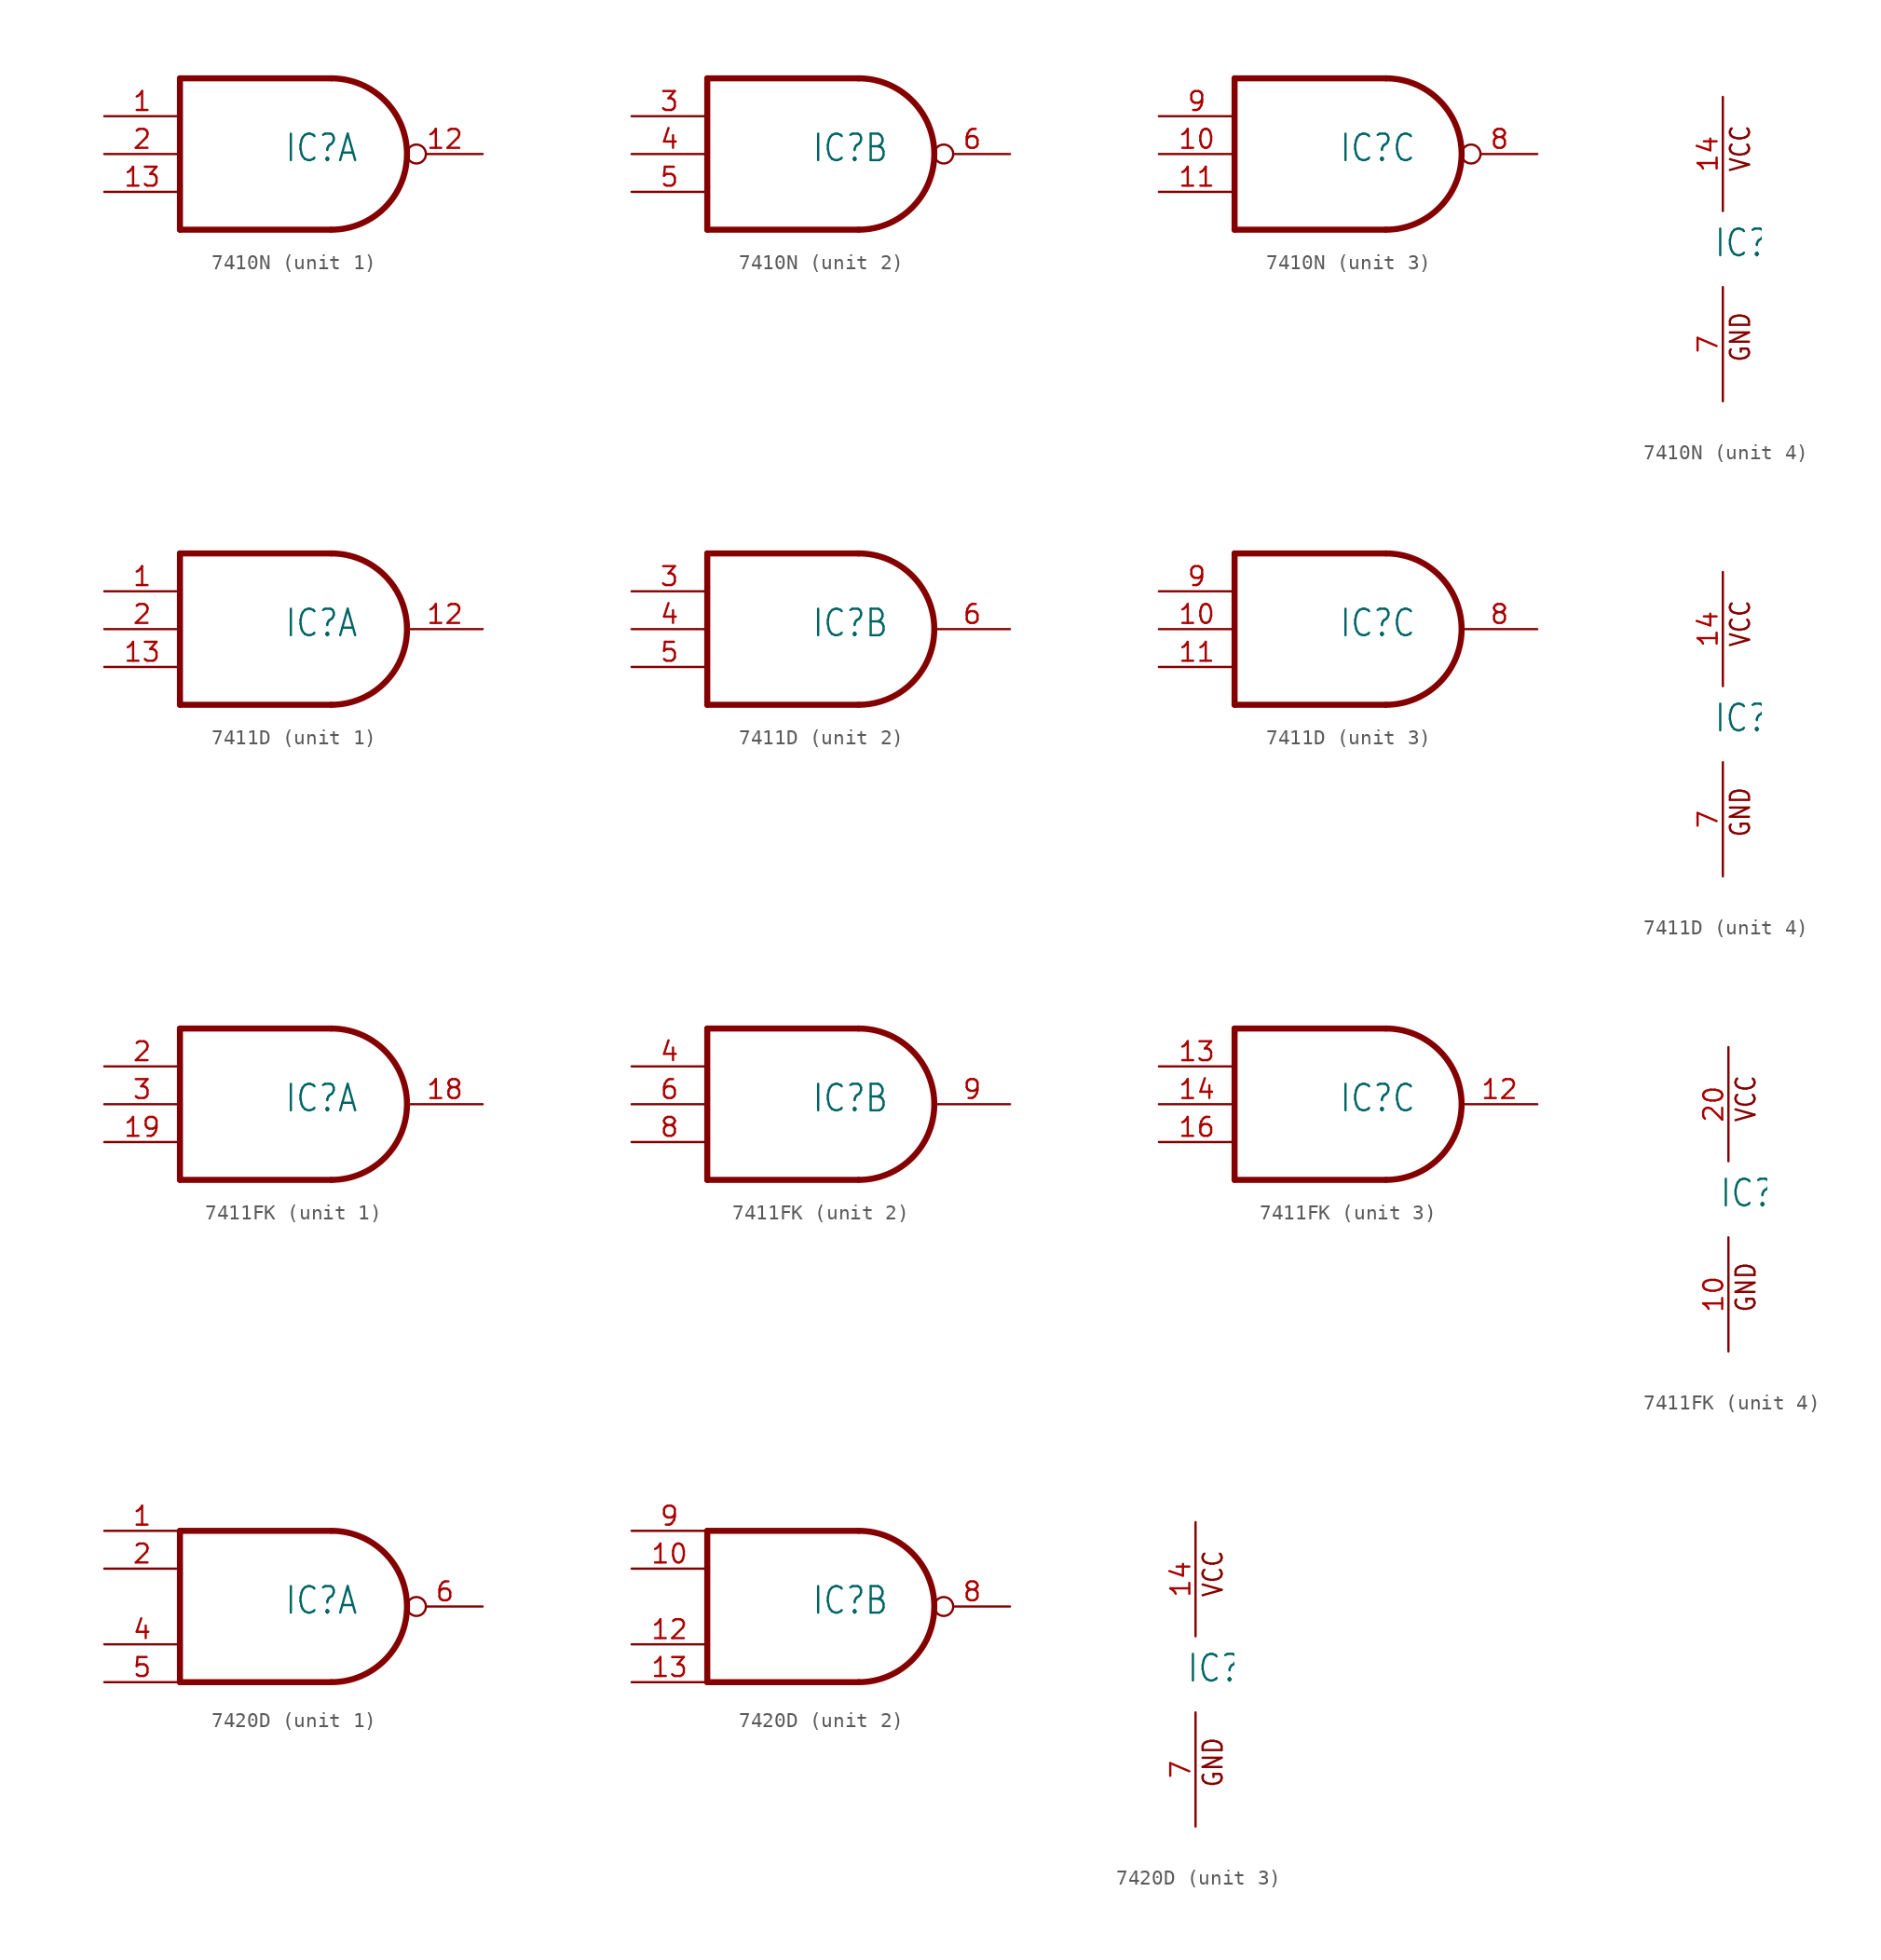
<source format=kicad_sym>
(kicad_symbol_lib
  (version 20231120)
  (generator "kicad_symbol_editor")
  (generator_version "8.0")
  (symbol "7410N"
    (property "Reference" "IC"
      (at -0.635 -0.635 0)
      (effects (font (size 1.778 1.511)) (justify left bottom)))
    (property "ki_locked" ""
      (at 0 0 0)
      (effects (font (size 1.27 1.27))))
    (symbol "7410N_1_0"
      (polyline (pts (xy -7.62 -5.08) (xy 2.54 -5.08)) (stroke (width 0.406) (type solid)) (fill (type none)))
      (polyline (pts (xy -7.62 5.08) (xy -7.62 -5.08)) (stroke (width 0.406) (type solid)) (fill (type none)))
      (polyline (pts (xy 2.54 5.08) (xy -7.62 5.08)) (stroke (width 0.406) (type solid)) (fill (type none)))
      (arc (start 2.5398 -5.08) (mid 7.5977 -0.0001) (end 2.54 5.08) (stroke (width 0.4064) (type solid)) (fill (type none)))
      (pin input line (at -12.7 2.54 0) (length 5.08) (name "I0" (effects (font (size 0 0)))) (number "1" (effects (font (size 1.27 1.27)))))
      (pin output inverted (at 12.7 0 180) (length 5.08) (name "O" (effects (font (size 0 0)))) (number "12" (effects (font (size 1.27 1.27)))))
      (pin input line (at -12.7 -2.54 0) (length 5.08) (name "I2" (effects (font (size 0 0)))) (number "13" (effects (font (size 1.27 1.27)))))
      (pin input line (at -12.7 0 0) (length 5.08) (name "I1" (effects (font (size 0 0)))) (number "2" (effects (font (size 1.27 1.27))))))
    (symbol "7410N_2_0"
      (polyline (pts (xy -7.62 -5.08) (xy 2.54 -5.08)) (stroke (width 0.406) (type solid)) (fill (type none)))
      (polyline (pts (xy -7.62 5.08) (xy -7.62 -5.08)) (stroke (width 0.406) (type solid)) (fill (type none)))
      (polyline (pts (xy 2.54 5.08) (xy -7.62 5.08)) (stroke (width 0.406) (type solid)) (fill (type none)))
      (arc (start 2.5398 -5.08) (mid 7.5977 -0.0001) (end 2.54 5.08) (stroke (width 0.4064) (type solid)) (fill (type none)))
      (pin input line (at -12.7 2.54 0) (length 5.08) (name "I0" (effects (font (size 0 0)))) (number "3" (effects (font (size 1.27 1.27)))))
      (pin input line (at -12.7 0 0) (length 5.08) (name "I1" (effects (font (size 0 0)))) (number "4" (effects (font (size 1.27 1.27)))))
      (pin input line (at -12.7 -2.54 0) (length 5.08) (name "I2" (effects (font (size 0 0)))) (number "5" (effects (font (size 1.27 1.27)))))
      (pin output inverted (at 12.7 0 180) (length 5.08) (name "O" (effects (font (size 0 0)))) (number "6" (effects (font (size 1.27 1.27))))))
    (symbol "7410N_3_0"
      (polyline (pts (xy -7.62 -5.08) (xy 2.54 -5.08)) (stroke (width 0.406) (type solid)) (fill (type none)))
      (polyline (pts (xy -7.62 5.08) (xy -7.62 -5.08)) (stroke (width 0.406) (type solid)) (fill (type none)))
      (polyline (pts (xy 2.54 5.08) (xy -7.62 5.08)) (stroke (width 0.406) (type solid)) (fill (type none)))
      (arc (start 2.5398 -5.08) (mid 7.5977 -0.0001) (end 2.54 5.08) (stroke (width 0.4064) (type solid)) (fill (type none)))
      (pin input line (at -12.7 0 0) (length 5.08) (name "I1" (effects (font (size 0 0)))) (number "10" (effects (font (size 1.27 1.27)))))
      (pin input line (at -12.7 -2.54 0) (length 5.08) (name "I2" (effects (font (size 0 0)))) (number "11" (effects (font (size 1.27 1.27)))))
      (pin output inverted (at 12.7 0 180) (length 5.08) (name "O" (effects (font (size 0 0)))) (number "8" (effects (font (size 1.27 1.27)))))
      (pin input line (at -12.7 2.54 0) (length 5.08) (name "I0" (effects (font (size 0 0)))) (number "9" (effects (font (size 1.27 1.27))))))
    (symbol "7410N_4_0"
      (text "GND" (at 1.905 -7.62 900) (effects (font (size 1.27 1.079)) (justify left bottom)))
      (text "VCC" (at 1.905 5.08 900) (effects (font (size 1.27 1.079)) (justify left bottom)))
      (pin power_in line (at 0 10.16 270) (length 7.62) (name "VCC" (effects (font (size 0 0)))) (number "14" (effects (font (size 1.27 1.27)))))
      (pin power_in line (at 0 -10.16 90) (length 7.62) (name "GND" (effects (font (size 0 0)))) (number "7" (effects (font (size 1.27 1.27)))))))
  (symbol "7411D"
    (property "Reference" "IC"
      (at -0.635 -0.635 0)
      (effects (font (size 1.778 1.511)) (justify left bottom)))
    (property "ki_locked" ""
      (at 0 0 0)
      (effects (font (size 1.27 1.27))))
    (symbol "7411D_1_0"
      (polyline (pts (xy -7.62 -5.08) (xy 2.54 -5.08)) (stroke (width 0.406) (type solid)) (fill (type none)))
      (polyline (pts (xy -7.62 5.08) (xy -7.62 -5.08)) (stroke (width 0.406) (type solid)) (fill (type none)))
      (polyline (pts (xy 2.54 5.08) (xy -7.62 5.08)) (stroke (width 0.406) (type solid)) (fill (type none)))
      (arc (start 2.5398 -5.08) (mid 7.5977 -0.0001) (end 2.54 5.08) (stroke (width 0.4064) (type solid)) (fill (type none)))
      (pin input line (at -12.7 2.54 0) (length 5.08) (name "I0" (effects (font (size 0 0)))) (number "1" (effects (font (size 1.27 1.27)))))
      (pin output line (at 12.7 0 180) (length 5.08) (name "O" (effects (font (size 0 0)))) (number "12" (effects (font (size 1.27 1.27)))))
      (pin input line (at -12.7 -2.54 0) (length 5.08) (name "I2" (effects (font (size 0 0)))) (number "13" (effects (font (size 1.27 1.27)))))
      (pin input line (at -12.7 0 0) (length 5.08) (name "I1" (effects (font (size 0 0)))) (number "2" (effects (font (size 1.27 1.27))))))
    (symbol "7411D_2_0"
      (polyline (pts (xy -7.62 -5.08) (xy 2.54 -5.08)) (stroke (width 0.406) (type solid)) (fill (type none)))
      (polyline (pts (xy -7.62 5.08) (xy -7.62 -5.08)) (stroke (width 0.406) (type solid)) (fill (type none)))
      (polyline (pts (xy 2.54 5.08) (xy -7.62 5.08)) (stroke (width 0.406) (type solid)) (fill (type none)))
      (arc (start 2.5398 -5.08) (mid 7.5977 -0.0001) (end 2.54 5.08) (stroke (width 0.4064) (type solid)) (fill (type none)))
      (pin input line (at -12.7 2.54 0) (length 5.08) (name "I0" (effects (font (size 0 0)))) (number "3" (effects (font (size 1.27 1.27)))))
      (pin input line (at -12.7 0 0) (length 5.08) (name "I1" (effects (font (size 0 0)))) (number "4" (effects (font (size 1.27 1.27)))))
      (pin input line (at -12.7 -2.54 0) (length 5.08) (name "I2" (effects (font (size 0 0)))) (number "5" (effects (font (size 1.27 1.27)))))
      (pin output line (at 12.7 0 180) (length 5.08) (name "O" (effects (font (size 0 0)))) (number "6" (effects (font (size 1.27 1.27))))))
    (symbol "7411D_3_0"
      (polyline (pts (xy -7.62 -5.08) (xy 2.54 -5.08)) (stroke (width 0.406) (type solid)) (fill (type none)))
      (polyline (pts (xy -7.62 5.08) (xy -7.62 -5.08)) (stroke (width 0.406) (type solid)) (fill (type none)))
      (polyline (pts (xy 2.54 5.08) (xy -7.62 5.08)) (stroke (width 0.406) (type solid)) (fill (type none)))
      (arc (start 2.5398 -5.08) (mid 7.5977 -0.0001) (end 2.54 5.08) (stroke (width 0.4064) (type solid)) (fill (type none)))
      (pin input line (at -12.7 0 0) (length 5.08) (name "I1" (effects (font (size 0 0)))) (number "10" (effects (font (size 1.27 1.27)))))
      (pin input line (at -12.7 -2.54 0) (length 5.08) (name "I2" (effects (font (size 0 0)))) (number "11" (effects (font (size 1.27 1.27)))))
      (pin output line (at 12.7 0 180) (length 5.08) (name "O" (effects (font (size 0 0)))) (number "8" (effects (font (size 1.27 1.27)))))
      (pin input line (at -12.7 2.54 0) (length 5.08) (name "I0" (effects (font (size 0 0)))) (number "9" (effects (font (size 1.27 1.27))))))
    (symbol "7411D_4_0"
      (text "GND" (at 1.905 -7.62 900) (effects (font (size 1.27 1.079)) (justify left bottom)))
      (text "VCC" (at 1.905 5.08 900) (effects (font (size 1.27 1.079)) (justify left bottom)))
      (pin power_in line (at 0 10.16 270) (length 7.62) (name "VCC" (effects (font (size 0 0)))) (number "14" (effects (font (size 1.27 1.27)))))
      (pin power_in line (at 0 -10.16 90) (length 7.62) (name "GND" (effects (font (size 0 0)))) (number "7" (effects (font (size 1.27 1.27)))))))
  (symbol "7411FK"
    (property "Reference" "IC"
      (at -0.635 -0.635 0)
      (effects (font (size 1.778 1.511)) (justify left bottom)))
    (property "ki_locked" ""
      (at 0 0 0)
      (effects (font (size 1.27 1.27))))
    (symbol "7411FK_1_0"
      (polyline (pts (xy -7.62 -5.08) (xy 2.54 -5.08)) (stroke (width 0.406) (type solid)) (fill (type none)))
      (polyline (pts (xy -7.62 5.08) (xy -7.62 -5.08)) (stroke (width 0.406) (type solid)) (fill (type none)))
      (polyline (pts (xy 2.54 5.08) (xy -7.62 5.08)) (stroke (width 0.406) (type solid)) (fill (type none)))
      (arc (start 2.5398 -5.08) (mid 7.5977 -0.0001) (end 2.54 5.08) (stroke (width 0.4064) (type solid)) (fill (type none)))
      (pin output line (at 12.7 0 180) (length 5.08) (name "O" (effects (font (size 0 0)))) (number "18" (effects (font (size 1.27 1.27)))))
      (pin input line (at -12.7 -2.54 0) (length 5.08) (name "I2" (effects (font (size 0 0)))) (number "19" (effects (font (size 1.27 1.27)))))
      (pin input line (at -12.7 2.54 0) (length 5.08) (name "I0" (effects (font (size 0 0)))) (number "2" (effects (font (size 1.27 1.27)))))
      (pin input line (at -12.7 0 0) (length 5.08) (name "I1" (effects (font (size 0 0)))) (number "3" (effects (font (size 1.27 1.27))))))
    (symbol "7411FK_2_0"
      (polyline (pts (xy -7.62 -5.08) (xy 2.54 -5.08)) (stroke (width 0.406) (type solid)) (fill (type none)))
      (polyline (pts (xy -7.62 5.08) (xy -7.62 -5.08)) (stroke (width 0.406) (type solid)) (fill (type none)))
      (polyline (pts (xy 2.54 5.08) (xy -7.62 5.08)) (stroke (width 0.406) (type solid)) (fill (type none)))
      (arc (start 2.5398 -5.08) (mid 7.5977 -0.0001) (end 2.54 5.08) (stroke (width 0.4064) (type solid)) (fill (type none)))
      (pin input line (at -12.7 2.54 0) (length 5.08) (name "I0" (effects (font (size 0 0)))) (number "4" (effects (font (size 1.27 1.27)))))
      (pin input line (at -12.7 0 0) (length 5.08) (name "I1" (effects (font (size 0 0)))) (number "6" (effects (font (size 1.27 1.27)))))
      (pin input line (at -12.7 -2.54 0) (length 5.08) (name "I2" (effects (font (size 0 0)))) (number "8" (effects (font (size 1.27 1.27)))))
      (pin output line (at 12.7 0 180) (length 5.08) (name "O" (effects (font (size 0 0)))) (number "9" (effects (font (size 1.27 1.27))))))
    (symbol "7411FK_3_0"
      (polyline (pts (xy -7.62 -5.08) (xy 2.54 -5.08)) (stroke (width 0.406) (type solid)) (fill (type none)))
      (polyline (pts (xy -7.62 5.08) (xy -7.62 -5.08)) (stroke (width 0.406) (type solid)) (fill (type none)))
      (polyline (pts (xy 2.54 5.08) (xy -7.62 5.08)) (stroke (width 0.406) (type solid)) (fill (type none)))
      (arc (start 2.5398 -5.08) (mid 7.5977 -0.0001) (end 2.54 5.08) (stroke (width 0.4064) (type solid)) (fill (type none)))
      (pin output line (at 12.7 0 180) (length 5.08) (name "O" (effects (font (size 0 0)))) (number "12" (effects (font (size 1.27 1.27)))))
      (pin input line (at -12.7 2.54 0) (length 5.08) (name "I0" (effects (font (size 0 0)))) (number "13" (effects (font (size 1.27 1.27)))))
      (pin input line (at -12.7 0 0) (length 5.08) (name "I1" (effects (font (size 0 0)))) (number "14" (effects (font (size 1.27 1.27)))))
      (pin input line (at -12.7 -2.54 0) (length 5.08) (name "I2" (effects (font (size 0 0)))) (number "16" (effects (font (size 1.27 1.27))))))
    (symbol "7411FK_4_0"
      (text "GND" (at 1.905 -7.62 900) (effects (font (size 1.27 1.079)) (justify left bottom)))
      (text "VCC" (at 1.905 5.08 900) (effects (font (size 1.27 1.079)) (justify left bottom)))
      (pin power_in line (at 0 -10.16 90) (length 7.62) (name "GND" (effects (font (size 0 0)))) (number "10" (effects (font (size 1.27 1.27)))))
      (pin power_in line (at 0 10.16 270) (length 7.62) (name "VCC" (effects (font (size 0 0)))) (number "20" (effects (font (size 1.27 1.27)))))))
  (symbol "7420D"
    (property "Reference" "IC"
      (at -0.635 -0.635 0)
      (effects (font (size 1.778 1.511)) (justify left bottom)))
    (property "ki_locked" ""
      (at 0 0 0)
      (effects (font (size 1.27 1.27))))
    (symbol "7420D_1_0"
      (polyline (pts (xy -7.62 -5.08) (xy 2.54 -5.08)) (stroke (width 0.406) (type solid)) (fill (type none)))
      (polyline (pts (xy -7.62 5.08) (xy -7.62 -5.08)) (stroke (width 0.406) (type solid)) (fill (type none)))
      (polyline (pts (xy 2.54 5.08) (xy -7.62 5.08)) (stroke (width 0.406) (type solid)) (fill (type none)))
      (arc (start 2.5398 -5.08) (mid 7.5977 -0.0001) (end 2.54 5.08) (stroke (width 0.4064) (type solid)) (fill (type none)))
      (pin input line (at -12.7 5.08 0) (length 5.08) (name "I0" (effects (font (size 0 0)))) (number "1" (effects (font (size 1.27 1.27)))))
      (pin input line (at -12.7 2.54 0) (length 5.08) (name "I1" (effects (font (size 0 0)))) (number "2" (effects (font (size 1.27 1.27)))))
      (pin input line (at -12.7 -2.54 0) (length 5.08) (name "I2" (effects (font (size 0 0)))) (number "4" (effects (font (size 1.27 1.27)))))
      (pin input line (at -12.7 -5.08 0) (length 5.08) (name "I3" (effects (font (size 0 0)))) (number "5" (effects (font (size 1.27 1.27)))))
      (pin output inverted (at 12.7 0 180) (length 5.08) (name "O" (effects (font (size 0 0)))) (number "6" (effects (font (size 1.27 1.27))))))
    (symbol "7420D_2_0"
      (polyline (pts (xy -7.62 -5.08) (xy 2.54 -5.08)) (stroke (width 0.406) (type solid)) (fill (type none)))
      (polyline (pts (xy -7.62 5.08) (xy -7.62 -5.08)) (stroke (width 0.406) (type solid)) (fill (type none)))
      (polyline (pts (xy 2.54 5.08) (xy -7.62 5.08)) (stroke (width 0.406) (type solid)) (fill (type none)))
      (arc (start 2.5398 -5.08) (mid 7.5977 -0.0001) (end 2.54 5.08) (stroke (width 0.4064) (type solid)) (fill (type none)))
      (pin input line (at -12.7 2.54 0) (length 5.08) (name "I1" (effects (font (size 0 0)))) (number "10" (effects (font (size 1.27 1.27)))))
      (pin input line (at -12.7 -2.54 0) (length 5.08) (name "I2" (effects (font (size 0 0)))) (number "12" (effects (font (size 1.27 1.27)))))
      (pin input line (at -12.7 -5.08 0) (length 5.08) (name "I3" (effects (font (size 0 0)))) (number "13" (effects (font (size 1.27 1.27)))))
      (pin output inverted (at 12.7 0 180) (length 5.08) (name "O" (effects (font (size 0 0)))) (number "8" (effects (font (size 1.27 1.27)))))
      (pin input line (at -12.7 5.08 0) (length 5.08) (name "I0" (effects (font (size 0 0)))) (number "9" (effects (font (size 1.27 1.27))))))
    (symbol "7420D_3_0"
      (text "GND" (at 1.905 -7.62 900) (effects (font (size 1.27 1.079)) (justify left bottom)))
      (text "VCC" (at 1.905 5.08 900) (effects (font (size 1.27 1.079)) (justify left bottom)))
      (pin power_in line (at 0 10.16 270) (length 7.62) (name "VCC" (effects (font (size 0 0)))) (number "14" (effects (font (size 1.27 1.27)))))
      (pin power_in line (at 0 -10.16 90) (length 7.62) (name "GND" (effects (font (size 0 0)))) (number "7" (effects (font (size 1.27 1.27))))))))
</source>
